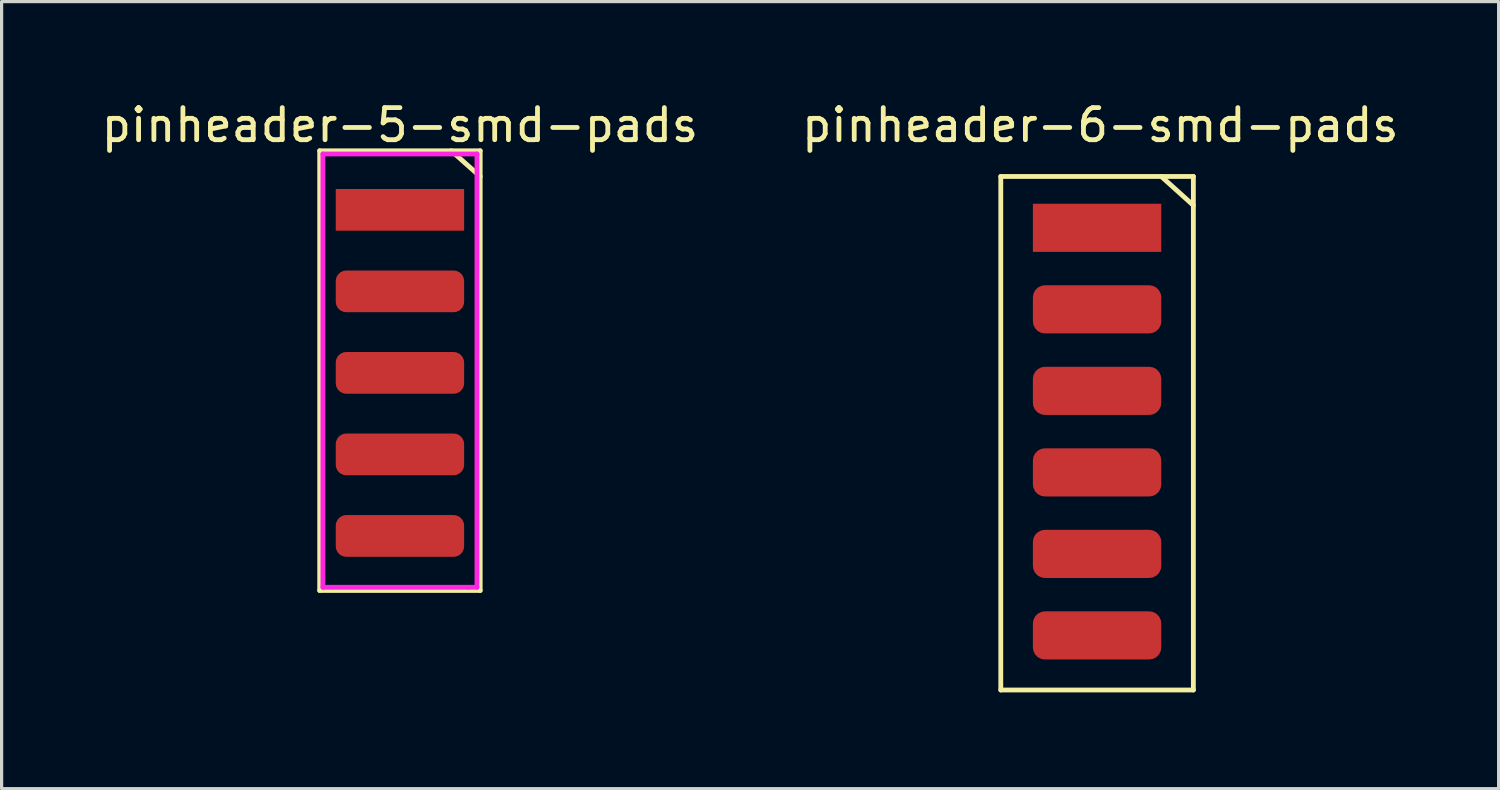
<source format=kicad_pcb>
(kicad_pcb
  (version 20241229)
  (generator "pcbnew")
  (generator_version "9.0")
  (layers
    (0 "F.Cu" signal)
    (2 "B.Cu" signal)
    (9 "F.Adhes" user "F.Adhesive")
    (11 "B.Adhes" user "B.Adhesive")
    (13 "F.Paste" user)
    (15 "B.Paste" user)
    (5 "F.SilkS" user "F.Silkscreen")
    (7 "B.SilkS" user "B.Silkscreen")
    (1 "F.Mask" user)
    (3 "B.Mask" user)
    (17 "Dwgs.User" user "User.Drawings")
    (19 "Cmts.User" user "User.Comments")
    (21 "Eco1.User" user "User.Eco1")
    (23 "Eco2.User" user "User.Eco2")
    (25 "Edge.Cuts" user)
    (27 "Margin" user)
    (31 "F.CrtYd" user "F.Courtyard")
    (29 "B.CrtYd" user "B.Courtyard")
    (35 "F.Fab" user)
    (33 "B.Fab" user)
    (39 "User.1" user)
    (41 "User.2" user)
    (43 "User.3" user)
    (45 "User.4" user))
  (footprint "pinheader-6-smd-pads"
    (layer "F.Cu")
    (at 31.132 16.748)
    (property "Reference" "pinheader-6-smd-pads" (at 0.1 -15.9 0) (layer "F.SilkS") (effects (font (size 1 1) (thickness 0.15))))
    (attr through_hole)
    (fp_line (start -3 -14.3) (end 3 -14.3) (stroke (width 0.15) (type solid)) (layer "F.SilkS"))
    (fp_line (start -3 1.7) (end -3 -14.3) (stroke (width 0.15) (type solid)) (layer "F.SilkS"))
    (fp_line (start 2 -14.3) (end 3 -13.4) (stroke (width 0.15) (type solid)) (layer "F.SilkS"))
    (fp_line (start 3 -14.3) (end 3 1.7) (stroke (width 0.15) (type solid)) (layer "F.SilkS"))
    (fp_line (start 3 1.7) (end -3 1.7) (stroke (width 0.15) (type solid)) (layer "F.SilkS"))
    (pad "1" smd rect (at 0 -12.7) (size 4 1.5) (layers "F.Cu" "F.Mask" "F.Paste"))
    (pad "2" smd roundrect (at 0 -10.16) (size 4 1.5) (layers "F.Cu" "F.Mask" "F.Paste") (roundrect_rratio 0.25))
    (pad "3" smd roundrect (at 0 -7.62) (size 4 1.5) (layers "F.Cu" "F.Mask" "F.Paste") (roundrect_rratio 0.25))
    (pad "4" smd roundrect (at 0 -5.08) (size 4 1.5) (layers "F.Cu" "F.Mask" "F.Paste") (roundrect_rratio 0.25))
    (pad "5" smd roundrect (at 0 -2.54) (size 4 1.5) (layers "F.Cu" "F.Mask" "F.Paste") (roundrect_rratio 0.25))
    (pad "6" smd roundrect (at 0 0) (size 4 1.5) (layers "F.Cu" "F.Mask" "F.Paste") (roundrect_rratio 0.25)))
  (footprint "pinheader-5-smd-pads"
    (layer "F.Cu")
    (at 9.411 13.648)
    (property "Reference" "pinheader-5-smd-pads" (at 0 -12.8 0) (layer "F.SilkS") (effects (font (size 1 1) (thickness 0.15))))
    (attr through_hole)
    (fp_line (start -2.5 -12) (end 2.5 -12) (stroke (width 0.15) (type solid)) (layer "F.SilkS"))
    (fp_line (start -2.5 1.7) (end -2.5 -12) (stroke (width 0.15) (type solid)) (layer "F.SilkS"))
    (fp_line (start 1.6 -12) (end 2.5 -11.2) (stroke (width 0.15) (type solid)) (layer "F.SilkS"))
    (fp_line (start 2.5 -12) (end 2.5 1.7) (stroke (width 0.15) (type solid)) (layer "F.SilkS"))
    (fp_line (start 2.5 1.7) (end -2.5 1.7) (stroke (width 0.15) (type solid)) (layer "F.SilkS"))
    (fp_line (start -2.4 -11.9) (end 2.4 -11.9) (stroke (width 0.15) (type solid)) (layer "F.CrtYd"))
    (fp_line (start -2.4 1.6) (end -2.4 -11.9) (stroke (width 0.15) (type solid)) (layer "F.CrtYd"))
    (fp_line (start 2.4 -11.9) (end 2.4 1.6) (stroke (width 0.15) (type solid)) (layer "F.CrtYd"))
    (fp_line (start 2.4 1.6) (end -2.4 1.6) (stroke (width 0.15) (type solid)) (layer "F.CrtYd"))
    (pad "1" smd rect (at 0 -10.16) (size 4 1.3) (layers "F.Cu" "F.Mask" "F.Paste"))
    (pad "2" smd roundrect (at 0 -7.62) (size 4 1.3) (layers "F.Cu" "F.Mask" "F.Paste") (roundrect_rratio 0.25))
    (pad "3" smd roundrect (at 0 -5.08) (size 4 1.3) (layers "F.Cu" "F.Mask" "F.Paste") (roundrect_rratio 0.25))
    (pad "4" smd roundrect (at 0 -2.54) (size 4 1.3) (layers "F.Cu" "F.Mask" "F.Paste") (roundrect_rratio 0.25))
    (pad "5" smd roundrect (at 0 0) (size 4 1.3) (layers "F.Cu" "F.Mask" "F.Paste") (roundrect_rratio 0.25)))
  (gr_rect
    (start -3 -3)
    (end 43.643 21.523)
    (stroke (width 0.1) (type default))
    (fill no)
    (layer "Edge.Cuts")))
</source>
